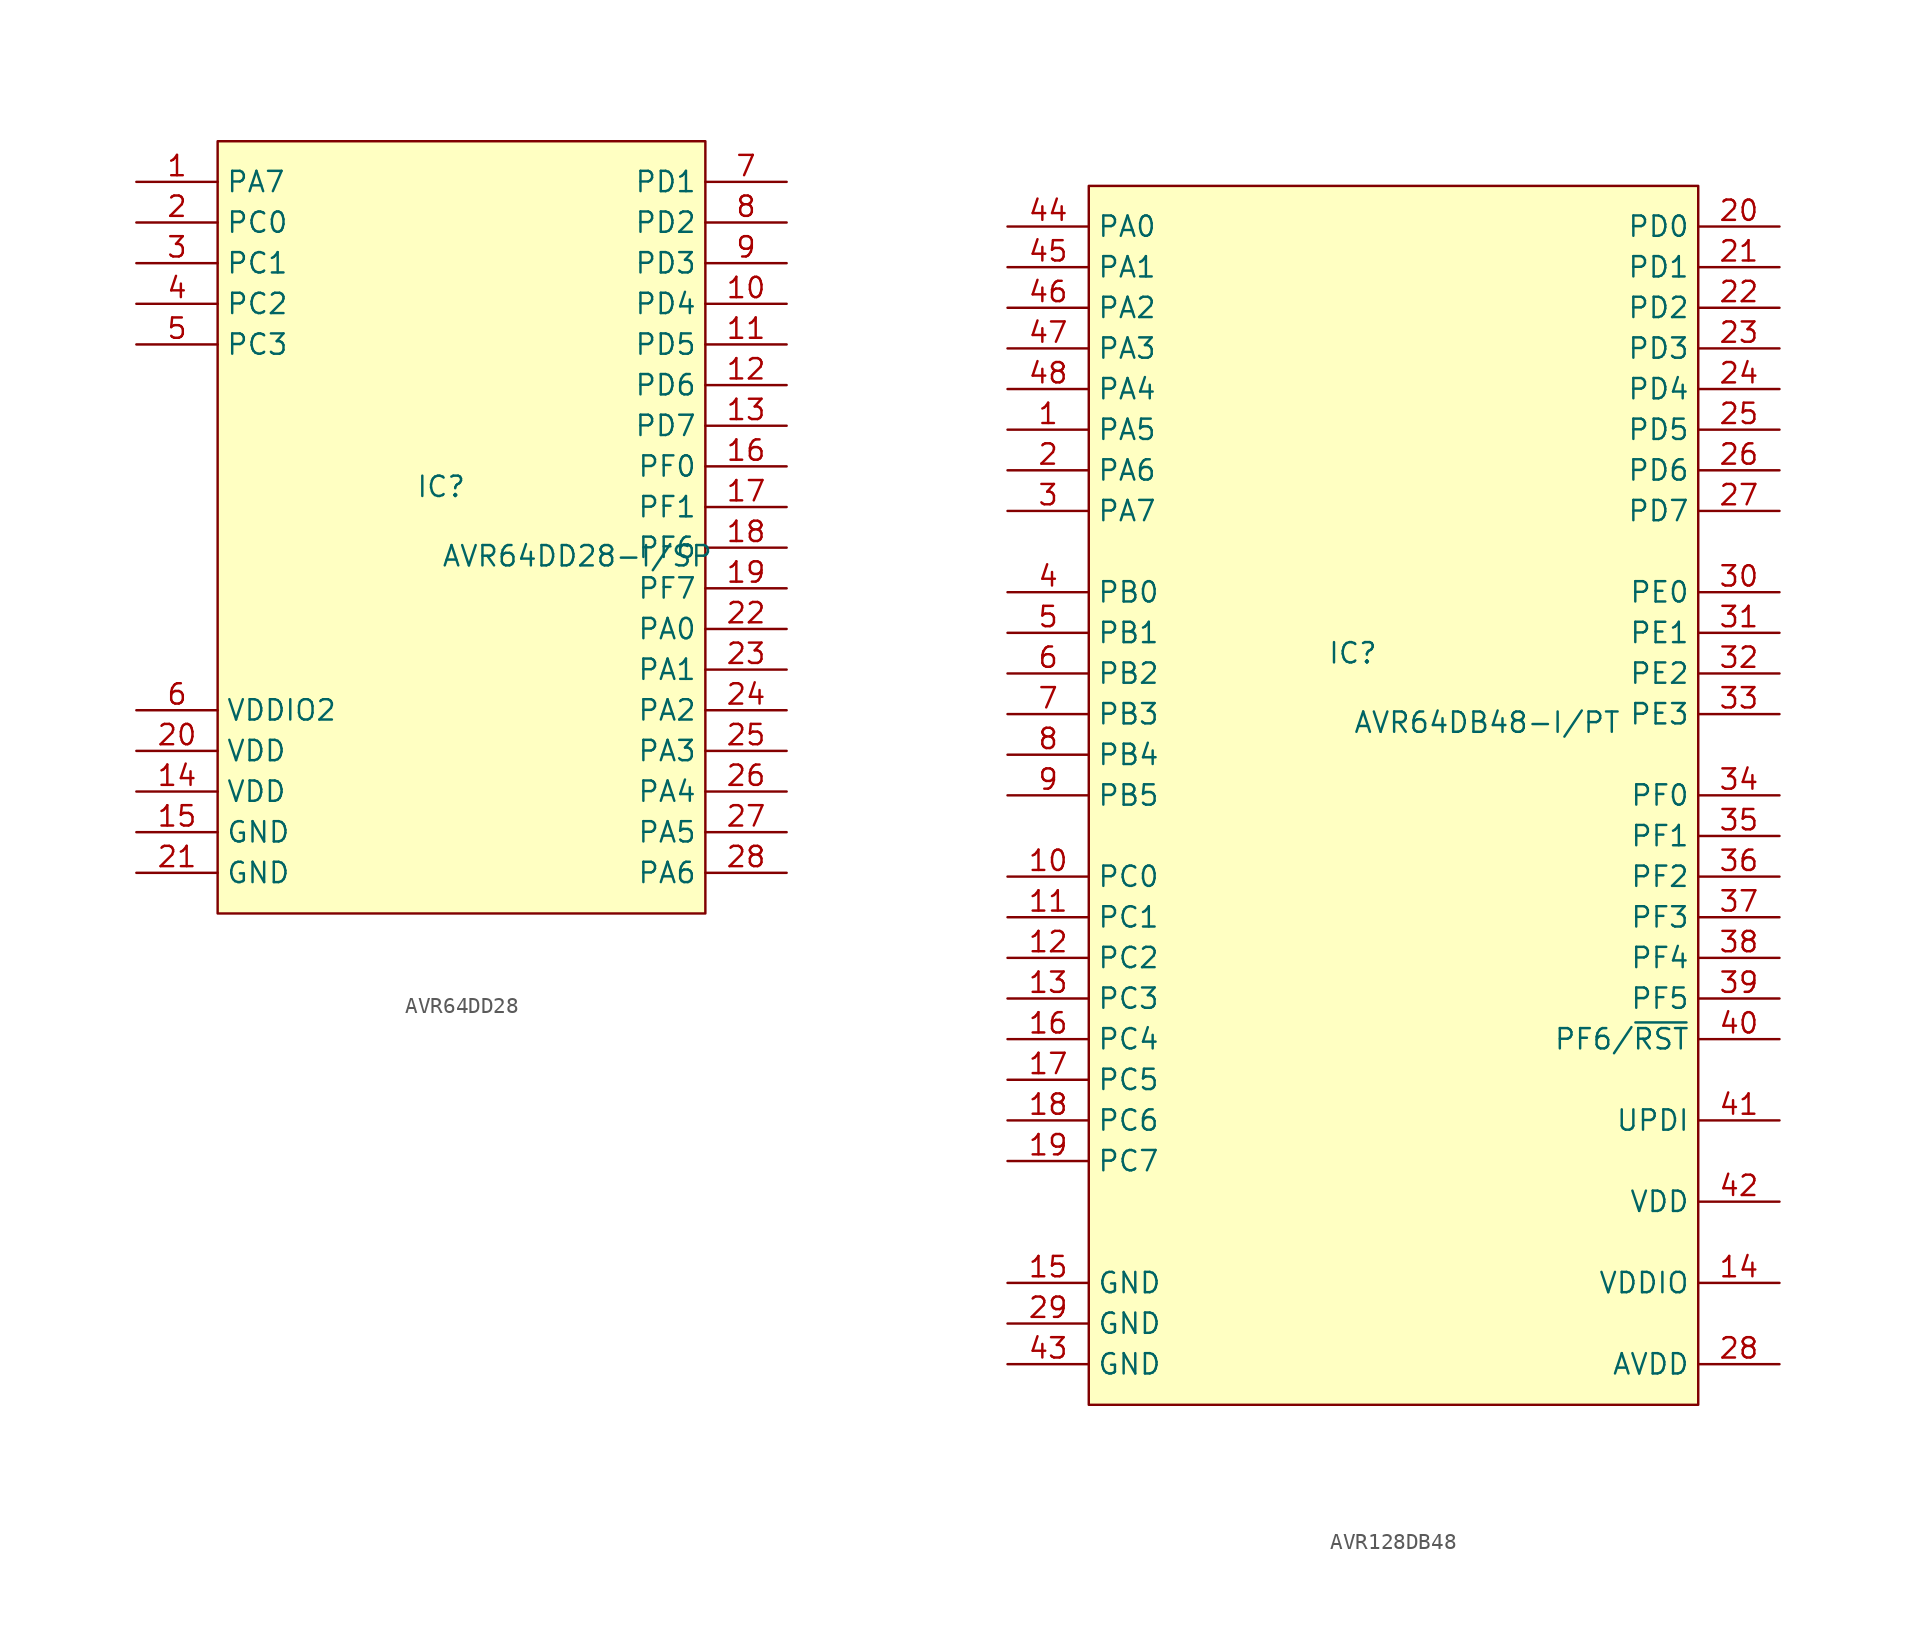
<source format=kicad_sym>
(kicad_symbol_lib
  (version 20231120)
  (generator "kicad_symbol_editor")
  (generator_version "8.0")
  (symbol "AVR64DD28"
    (property "Reference" "IC"
      (at -1.27 1.27 0)
      (effects (font (size 1.27 1.27))))
    (property "Value" "AVR64DD28-I/SP"
      (at -1.27 -3.81 0)
      (effects (font (size 1.27 1.27)) (justify left bottom)))
    (symbol "AVR64DD28_1_0"
      (rectangle (start -15.24 22.86) (end 15.24 -25.4) (stroke (width 0) (type solid) (color 128 0 0 1)) (fill (type background)))
      (pin bidirectional line (at -20.32 20.32 0) (length 5.08) (name "PA7" (effects (font (size 1.27 1.27)))) (number "1" (effects (font (size 1.27 1.27)))))
      (pin passive line (at 20.32 12.7 180) (length 5.08) (name "PD4" (effects (font (size 1.27 1.27)))) (number "10" (effects (font (size 1.27 1.27)))))
      (pin passive line (at 20.32 10.16 180) (length 5.08) (name "PD5" (effects (font (size 1.27 1.27)))) (number "11" (effects (font (size 1.27 1.27)))))
      (pin passive line (at 20.32 7.62 180) (length 5.08) (name "PD6" (effects (font (size 1.27 1.27)))) (number "12" (effects (font (size 1.27 1.27)))))
      (pin passive line (at 20.32 5.08 180) (length 5.08) (name "PD7" (effects (font (size 1.27 1.27)))) (number "13" (effects (font (size 1.27 1.27)))))
      (pin passive line (at -20.32 -17.78 0) (length 5.08) (name "VDD" (effects (font (size 1.27 1.27)))) (number "14" (effects (font (size 1.27 1.27)))))
      (pin passive line (at -20.32 -20.32 0) (length 5.08) (name "GND" (effects (font (size 1.27 1.27)))) (number "15" (effects (font (size 1.27 1.27)))))
      (pin passive line (at 20.32 2.54 180) (length 5.08) (name "PF0" (effects (font (size 1.27 1.27)))) (number "16" (effects (font (size 1.27 1.27)))))
      (pin passive line (at 20.32 0 180) (length 5.08) (name "PF1" (effects (font (size 1.27 1.27)))) (number "17" (effects (font (size 1.27 1.27)))))
      (pin passive line (at 20.32 -2.54 180) (length 5.08) (name "PF6" (effects (font (size 1.27 1.27)))) (number "18" (effects (font (size 1.27 1.27)))))
      (pin passive line (at 20.32 -5.08 180) (length 5.08) (name "PF7" (effects (font (size 1.27 1.27)))) (number "19" (effects (font (size 1.27 1.27)))))
      (pin bidirectional line (at -20.32 17.78 0) (length 5.08) (name "PC0" (effects (font (size 1.27 1.27)))) (number "2" (effects (font (size 1.27 1.27)))))
      (pin passive line (at -20.32 -15.24 0) (length 5.08) (name "VDD" (effects (font (size 1.27 1.27)))) (number "20" (effects (font (size 1.27 1.27)))))
      (pin passive line (at -20.32 -22.86 0) (length 5.08) (name "GND" (effects (font (size 1.27 1.27)))) (number "21" (effects (font (size 1.27 1.27)))))
      (pin passive line (at 20.32 -7.62 180) (length 5.08) (name "PA0" (effects (font (size 1.27 1.27)))) (number "22" (effects (font (size 1.27 1.27)))))
      (pin passive line (at 20.32 -10.16 180) (length 5.08) (name "PA1" (effects (font (size 1.27 1.27)))) (number "23" (effects (font (size 1.27 1.27)))))
      (pin passive line (at 20.32 -12.7 180) (length 5.08) (name "PA2" (effects (font (size 1.27 1.27)))) (number "24" (effects (font (size 1.27 1.27)))))
      (pin passive line (at 20.32 -15.24 180) (length 5.08) (name "PA3" (effects (font (size 1.27 1.27)))) (number "25" (effects (font (size 1.27 1.27)))))
      (pin passive line (at 20.32 -17.78 180) (length 5.08) (name "PA4" (effects (font (size 1.27 1.27)))) (number "26" (effects (font (size 1.27 1.27)))))
      (pin passive line (at 20.32 -20.32 180) (length 5.08) (name "PA5" (effects (font (size 1.27 1.27)))) (number "27" (effects (font (size 1.27 1.27)))))
      (pin passive line (at 20.32 -22.86 180) (length 5.08) (name "PA6" (effects (font (size 1.27 1.27)))) (number "28" (effects (font (size 1.27 1.27)))))
      (pin passive line (at -20.32 15.24 0) (length 5.08) (name "PC1" (effects (font (size 1.27 1.27)))) (number "3" (effects (font (size 1.27 1.27)))))
      (pin passive line (at -20.32 12.7 0) (length 5.08) (name "PC2" (effects (font (size 1.27 1.27)))) (number "4" (effects (font (size 1.27 1.27)))))
      (pin passive line (at -20.32 10.16 0) (length 5.08) (name "PC3" (effects (font (size 1.27 1.27)))) (number "5" (effects (font (size 1.27 1.27)))))
      (pin passive line (at -20.32 -12.7 0) (length 5.08) (name "VDDIO2" (effects (font (size 1.27 1.27)))) (number "6" (effects (font (size 1.27 1.27)))))
      (pin passive line (at 20.32 20.32 180) (length 5.08) (name "PD1" (effects (font (size 1.27 1.27)))) (number "7" (effects (font (size 1.27 1.27)))))
      (pin passive line (at 20.32 17.78 180) (length 5.08) (name "PD2" (effects (font (size 1.27 1.27)))) (number "8" (effects (font (size 1.27 1.27)))))
      (pin passive line (at 20.32 15.24 180) (length 5.08) (name "PD3" (effects (font (size 1.27 1.27)))) (number "9" (effects (font (size 1.27 1.27)))))))
  (symbol "AVR128DB48"
    (property "Reference" "IC"
      (at -1.27 1.27 0)
      (effects (font (size 1.27 1.27))))
    (property "Value" "AVR64DB48-I/PT"
      (at -1.27 -3.81 0)
      (effects (font (size 1.27 1.27)) (justify left bottom)))
    (symbol "AVR128DB48_1_0"
      (rectangle (start -17.78 30.48) (end 20.32 -45.72) (stroke (width 0) (type solid) (color 128 0 0 1)) (fill (type background)))
      (pin bidirectional line (at -22.86 15.24 0) (length 5.08) (name "PA5" (effects (font (size 1.27 1.27)))) (number "1" (effects (font (size 1.27 1.27)))))
      (pin bidirectional line (at -22.86 -12.7 0) (length 5.08) (name "PC0" (effects (font (size 1.27 1.27)))) (number "10" (effects (font (size 1.27 1.27)))))
      (pin bidirectional line (at -22.86 -15.24 0) (length 5.08) (name "PC1" (effects (font (size 1.27 1.27)))) (number "11" (effects (font (size 1.27 1.27)))))
      (pin bidirectional line (at -22.86 -17.78 0) (length 5.08) (name "PC2" (effects (font (size 1.27 1.27)))) (number "12" (effects (font (size 1.27 1.27)))))
      (pin bidirectional line (at -22.86 -20.32 0) (length 5.08) (name "PC3" (effects (font (size 1.27 1.27)))) (number "13" (effects (font (size 1.27 1.27)))))
      (pin passive line (at 25.4 -38.1 180) (length 5.08) (name "VDDIO" (effects (font (size 1.27 1.27)))) (number "14" (effects (font (size 1.27 1.27)))))
      (pin passive line (at -22.86 -38.1 0) (length 5.08) (name "GND" (effects (font (size 1.27 1.27)))) (number "15" (effects (font (size 1.27 1.27)))))
      (pin bidirectional line (at -22.86 -22.86 0) (length 5.08) (name "PC4" (effects (font (size 1.27 1.27)))) (number "16" (effects (font (size 1.27 1.27)))))
      (pin bidirectional line (at -22.86 -25.4 0) (length 5.08) (name "PC5" (effects (font (size 1.27 1.27)))) (number "17" (effects (font (size 1.27 1.27)))))
      (pin bidirectional line (at -22.86 -27.94 0) (length 5.08) (name "PC6" (effects (font (size 1.27 1.27)))) (number "18" (effects (font (size 1.27 1.27)))))
      (pin bidirectional line (at -22.86 -30.48 0) (length 5.08) (name "PC7" (effects (font (size 1.27 1.27)))) (number "19" (effects (font (size 1.27 1.27)))))
      (pin bidirectional line (at -22.86 12.7 0) (length 5.08) (name "PA6" (effects (font (size 1.27 1.27)))) (number "2" (effects (font (size 1.27 1.27)))))
      (pin bidirectional line (at 25.4 27.94 180) (length 5.08) (name "PD0" (effects (font (size 1.27 1.27)))) (number "20" (effects (font (size 1.27 1.27)))))
      (pin bidirectional line (at 25.4 25.4 180) (length 5.08) (name "PD1" (effects (font (size 1.27 1.27)))) (number "21" (effects (font (size 1.27 1.27)))))
      (pin bidirectional line (at 25.4 22.86 180) (length 5.08) (name "PD2" (effects (font (size 1.27 1.27)))) (number "22" (effects (font (size 1.27 1.27)))))
      (pin bidirectional line (at 25.4 20.32 180) (length 5.08) (name "PD3" (effects (font (size 1.27 1.27)))) (number "23" (effects (font (size 1.27 1.27)))))
      (pin bidirectional line (at 25.4 17.78 180) (length 5.08) (name "PD4" (effects (font (size 1.27 1.27)))) (number "24" (effects (font (size 1.27 1.27)))))
      (pin bidirectional line (at 25.4 15.24 180) (length 5.08) (name "PD5" (effects (font (size 1.27 1.27)))) (number "25" (effects (font (size 1.27 1.27)))))
      (pin bidirectional line (at 25.4 12.7 180) (length 5.08) (name "PD6" (effects (font (size 1.27 1.27)))) (number "26" (effects (font (size 1.27 1.27)))))
      (pin bidirectional line (at 25.4 10.16 180) (length 5.08) (name "PD7" (effects (font (size 1.27 1.27)))) (number "27" (effects (font (size 1.27 1.27)))))
      (pin passive line (at 25.4 -43.18 180) (length 5.08) (name "AVDD" (effects (font (size 1.27 1.27)))) (number "28" (effects (font (size 1.27 1.27)))))
      (pin passive line (at -22.86 -40.64 0) (length 5.08) (name "GND" (effects (font (size 1.27 1.27)))) (number "29" (effects (font (size 1.27 1.27)))))
      (pin bidirectional line (at -22.86 10.16 0) (length 5.08) (name "PA7" (effects (font (size 1.27 1.27)))) (number "3" (effects (font (size 1.27 1.27)))))
      (pin bidirectional line (at 25.4 5.08 180) (length 5.08) (name "PE0" (effects (font (size 1.27 1.27)))) (number "30" (effects (font (size 1.27 1.27)))))
      (pin bidirectional line (at 25.4 2.54 180) (length 5.08) (name "PE1" (effects (font (size 1.27 1.27)))) (number "31" (effects (font (size 1.27 1.27)))))
      (pin bidirectional line (at 25.4 0 180) (length 5.08) (name "PE2" (effects (font (size 1.27 1.27)))) (number "32" (effects (font (size 1.27 1.27)))))
      (pin bidirectional line (at 25.4 -2.54 180) (length 5.08) (name "PE3" (effects (font (size 1.27 1.27)))) (number "33" (effects (font (size 1.27 1.27)))))
      (pin bidirectional line (at 25.4 -7.62 180) (length 5.08) (name "PF0" (effects (font (size 1.27 1.27)))) (number "34" (effects (font (size 1.27 1.27)))))
      (pin bidirectional line (at 25.4 -10.16 180) (length 5.08) (name "PF1" (effects (font (size 1.27 1.27)))) (number "35" (effects (font (size 1.27 1.27)))))
      (pin bidirectional line (at 25.4 -12.7 180) (length 5.08) (name "PF2" (effects (font (size 1.27 1.27)))) (number "36" (effects (font (size 1.27 1.27)))))
      (pin bidirectional line (at 25.4 -15.24 180) (length 5.08) (name "PF3" (effects (font (size 1.27 1.27)))) (number "37" (effects (font (size 1.27 1.27)))))
      (pin bidirectional line (at 25.4 -17.78 180) (length 5.08) (name "PF4" (effects (font (size 1.27 1.27)))) (number "38" (effects (font (size 1.27 1.27)))))
      (pin bidirectional line (at 25.4 -20.32 180) (length 5.08) (name "PF5" (effects (font (size 1.27 1.27)))) (number "39" (effects (font (size 1.27 1.27)))))
      (pin bidirectional line (at -22.86 5.08 0) (length 5.08) (name "PB0" (effects (font (size 1.27 1.27)))) (number "4" (effects (font (size 1.27 1.27)))))
      (pin input line (at 25.4 -22.86 180) (length 5.08) (name "PF6/~{RST}" (effects (font (size 1.27 1.27)))) (number "40" (effects (font (size 1.27 1.27)))))
      (pin bidirectional line (at 25.4 -27.94 180) (length 5.08) (name "UPDI" (effects (font (size 1.27 1.27)))) (number "41" (effects (font (size 1.27 1.27)))))
      (pin passive line (at 25.4 -33.02 180) (length 5.08) (name "VDD" (effects (font (size 1.27 1.27)))) (number "42" (effects (font (size 1.27 1.27)))))
      (pin passive line (at -22.86 -43.18 0) (length 5.08) (name "GND" (effects (font (size 1.27 1.27)))) (number "43" (effects (font (size 1.27 1.27)))))
      (pin bidirectional line (at -22.86 27.94 0) (length 5.08) (name "PA0" (effects (font (size 1.27 1.27)))) (number "44" (effects (font (size 1.27 1.27)))))
      (pin bidirectional line (at -22.86 25.4 0) (length 5.08) (name "PA1" (effects (font (size 1.27 1.27)))) (number "45" (effects (font (size 1.27 1.27)))))
      (pin bidirectional line (at -22.86 22.86 0) (length 5.08) (name "PA2" (effects (font (size 1.27 1.27)))) (number "46" (effects (font (size 1.27 1.27)))))
      (pin bidirectional line (at -22.86 20.32 0) (length 5.08) (name "PA3" (effects (font (size 1.27 1.27)))) (number "47" (effects (font (size 1.27 1.27)))))
      (pin bidirectional line (at -22.86 17.78 0) (length 5.08) (name "PA4" (effects (font (size 1.27 1.27)))) (number "48" (effects (font (size 1.27 1.27)))))
      (pin bidirectional line (at -22.86 2.54 0) (length 5.08) (name "PB1" (effects (font (size 1.27 1.27)))) (number "5" (effects (font (size 1.27 1.27)))))
      (pin bidirectional line (at -22.86 0 0) (length 5.08) (name "PB2" (effects (font (size 1.27 1.27)))) (number "6" (effects (font (size 1.27 1.27)))))
      (pin bidirectional line (at -22.86 -2.54 0) (length 5.08) (name "PB3" (effects (font (size 1.27 1.27)))) (number "7" (effects (font (size 1.27 1.27)))))
      (pin bidirectional line (at -22.86 -5.08 0) (length 5.08) (name "PB4" (effects (font (size 1.27 1.27)))) (number "8" (effects (font (size 1.27 1.27)))))
      (pin bidirectional line (at -22.86 -7.62 0) (length 5.08) (name "PB5" (effects (font (size 1.27 1.27)))) (number "9" (effects (font (size 1.27 1.27))))))))
</source>
